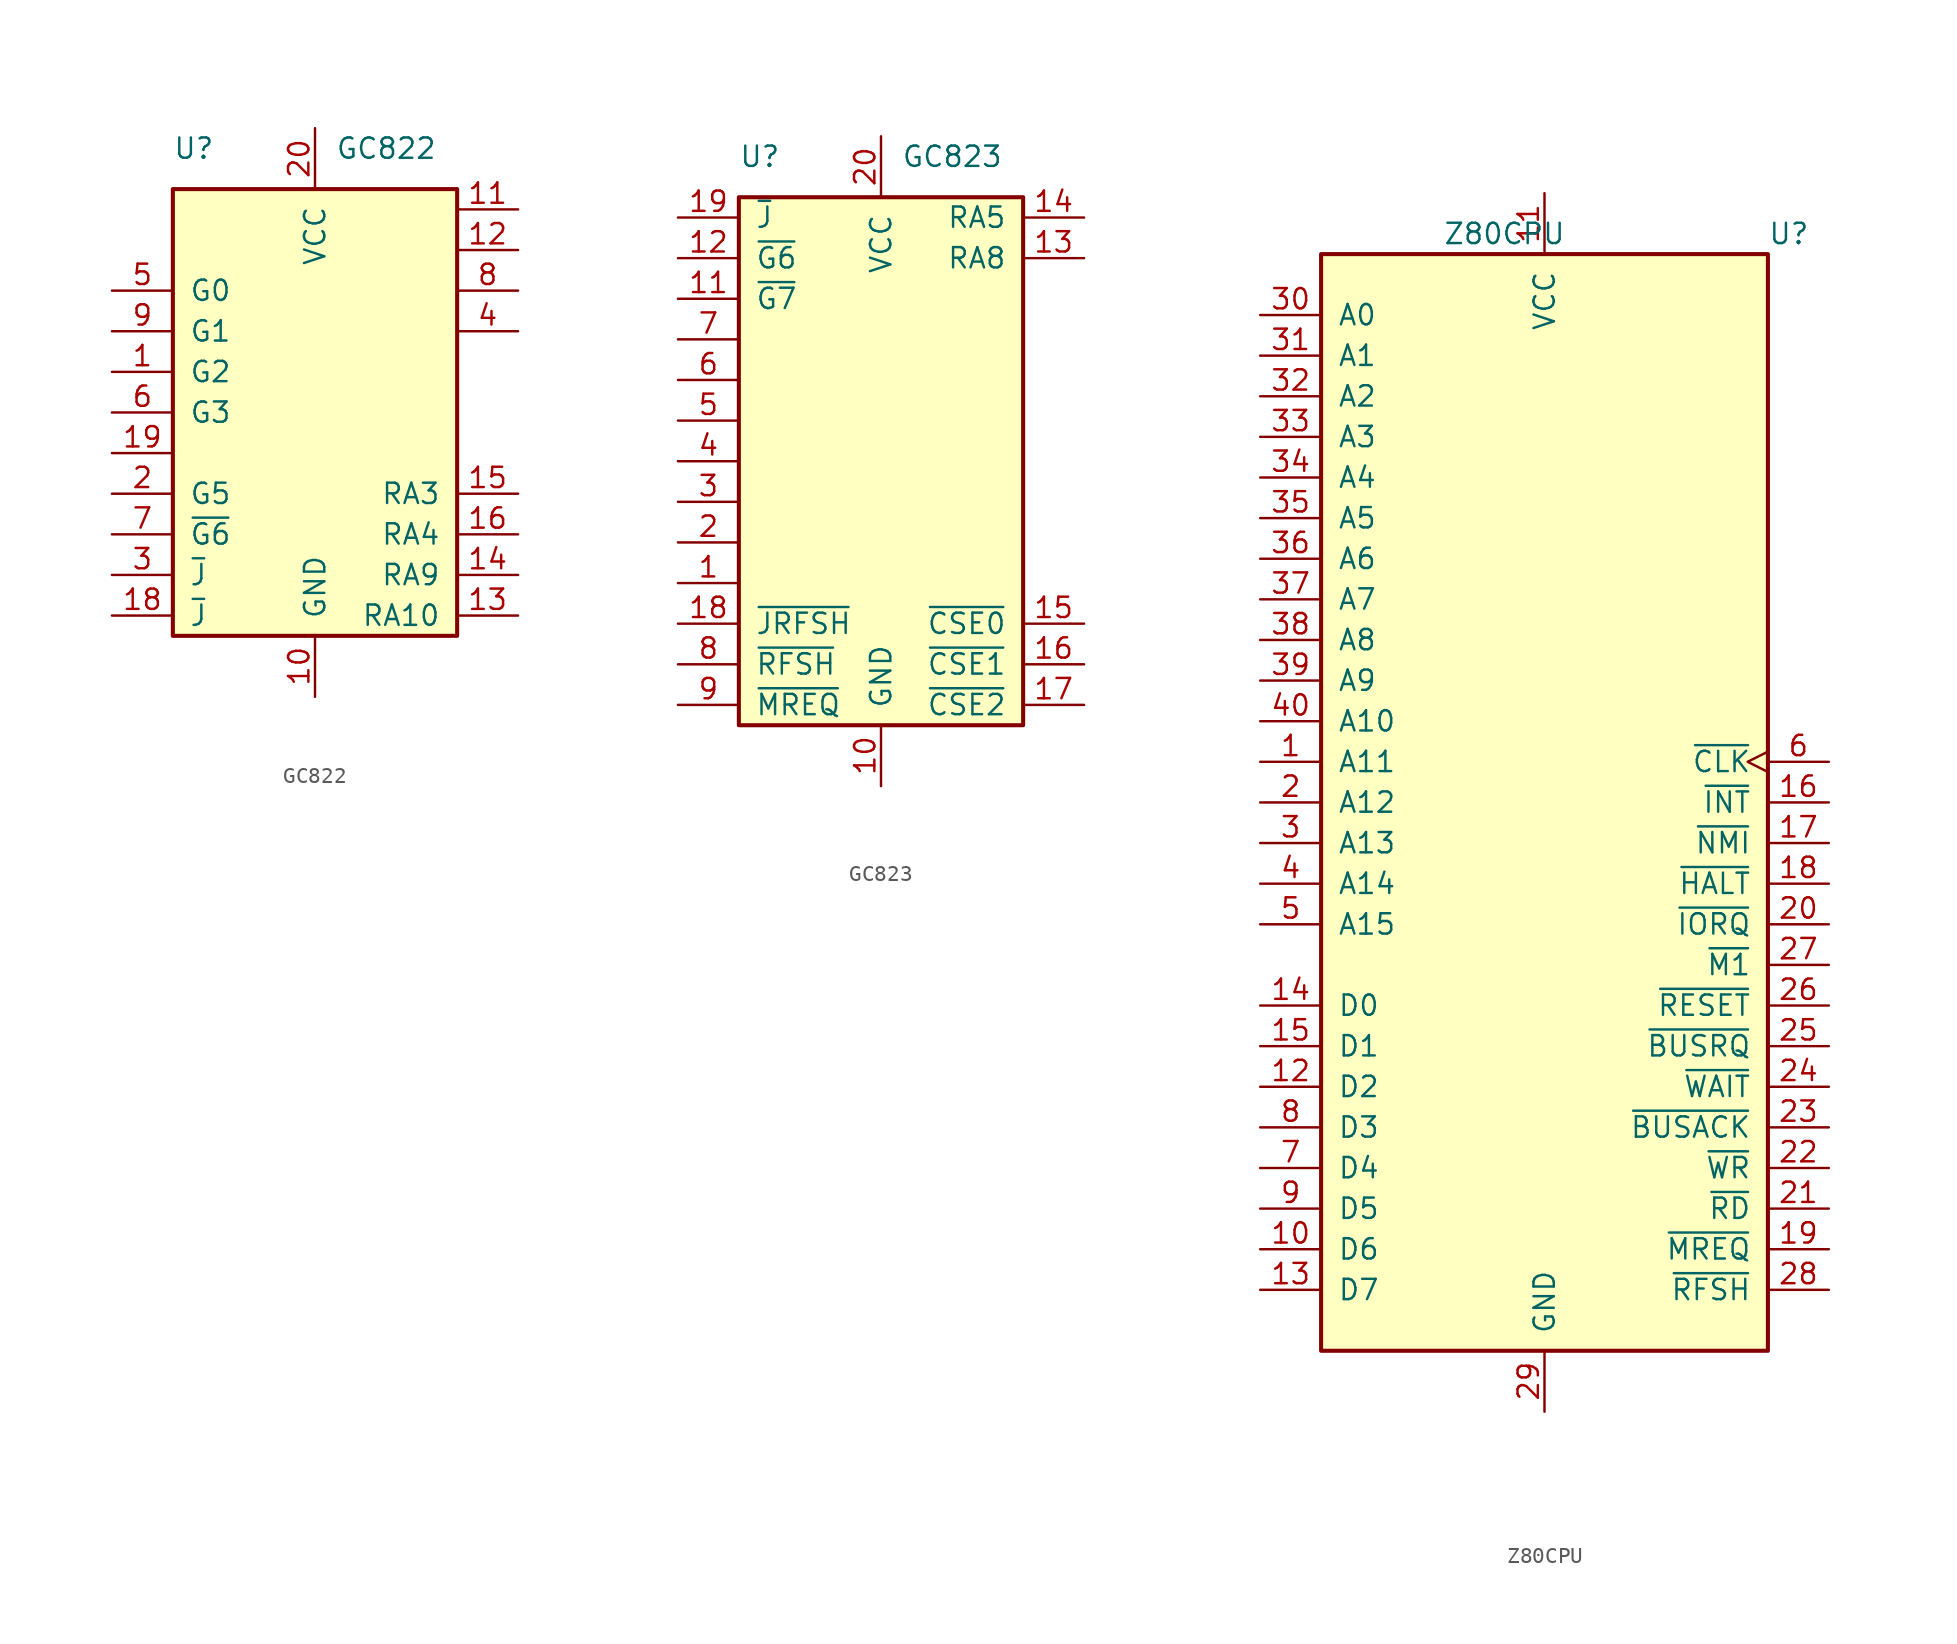
<source format=kicad_sym>
(kicad_symbol_lib
  (version 20231120)
  (generator "kicad_symbol_editor")
  (generator_version "8.0")
  (symbol "GC822"
    (pin_names
      (offset 1.016))
    (property "Reference" "U"
      (at -8.89 16.51 0)
      (effects (font (size 1.27 1.27)) (justify left)))
    (property "Value" "GC822"
      (at 1.27 16.51 0)
      (effects (font (size 1.27 1.27)) (justify left)))
    (symbol "GC822_0_0"
      (pin power_in line (at 0 -17.78 90) (length 3.81) (name "GND" (effects (font (size 1.27 1.27)))) (number "10" (effects (font (size 1.27 1.27)))))
      (pin power_in line (at 0 17.78 270) (length 3.81) (name "VCC" (effects (font (size 1.27 1.27)))) (number "20" (effects (font (size 1.27 1.27))))))
    (symbol "GC822_0_1"
      (rectangle (start -8.89 13.97) (end 8.89 -13.97) (stroke (width 0.254) (type default)) (fill (type background))))
    (symbol "GC822_1_1"
      (pin input line (at -12.7 2.54 0) (length 3.81) (name "G2" (effects (font (size 1.27 1.27)))) (number "1" (effects (font (size 1.27 1.27)))))
      (pin input line (at 12.7 12.7 180) (length 3.81) (name "" (effects (font (size 1.27 1.27)))) (number "11" (effects (font (size 1.27 1.27)))))
      (pin tri_state line (at 12.7 10.16 180) (length 3.81) (name "" (effects (font (size 1.27 1.27)))) (number "12" (effects (font (size 1.27 1.27)))))
      (pin tri_state line (at 12.7 -12.7 180) (length 3.81) (name "RA10" (effects (font (size 1.27 1.27)))) (number "13" (effects (font (size 1.27 1.27)))))
      (pin tri_state line (at 12.7 -10.16 180) (length 3.81) (name "RA9" (effects (font (size 1.27 1.27)))) (number "14" (effects (font (size 1.27 1.27)))))
      (pin tri_state line (at 12.7 -5.08 180) (length 3.81) (name "RA3" (effects (font (size 1.27 1.27)))) (number "15" (effects (font (size 1.27 1.27)))))
      (pin tri_state line (at 12.7 -7.62 180) (length 3.81) (name "RA4" (effects (font (size 1.27 1.27)))) (number "16" (effects (font (size 1.27 1.27)))))
      (pin tri_state line (at -12.7 -12.7 0) (length 3.81) (name "~{J}" (effects (font (size 1.27 1.27)))) (number "18" (effects (font (size 1.27 1.27)))))
      (pin tri_state line (at -12.7 -2.54 0) (length 3.81) (name "" (effects (font (size 1.27 1.27)))) (number "19" (effects (font (size 1.27 1.27)))))
      (pin input line (at -12.7 -5.08 0) (length 3.81) (name "G5" (effects (font (size 1.27 1.27)))) (number "2" (effects (font (size 1.27 1.27)))))
      (pin input line (at -12.7 -10.16 0) (length 3.81) (name "~{J}" (effects (font (size 1.27 1.27)))) (number "3" (effects (font (size 1.27 1.27)))))
      (pin input line (at 12.7 5.08 180) (length 3.81) (name "" (effects (font (size 1.27 1.27)))) (number "4" (effects (font (size 1.27 1.27)))))
      (pin input line (at -12.7 7.62 0) (length 3.81) (name "G0" (effects (font (size 1.27 1.27)))) (number "5" (effects (font (size 1.27 1.27)))))
      (pin input line (at -12.7 0 0) (length 3.81) (name "G3" (effects (font (size 1.27 1.27)))) (number "6" (effects (font (size 1.27 1.27)))))
      (pin input line (at -12.7 -7.62 0) (length 3.81) (name "~{G6}" (effects (font (size 1.27 1.27)))) (number "7" (effects (font (size 1.27 1.27)))))
      (pin input line (at 12.7 7.62 180) (length 3.81) (name "" (effects (font (size 1.27 1.27)))) (number "8" (effects (font (size 1.27 1.27)))))
      (pin input line (at -12.7 5.08 0) (length 3.81) (name "G1" (effects (font (size 1.27 1.27)))) (number "9" (effects (font (size 1.27 1.27)))))))
  (symbol "GC823"
    (pin_names
      (offset 1.016))
    (property "Reference" "U"
      (at -8.89 19.05 0)
      (effects (font (size 1.27 1.27)) (justify left)))
    (property "Value" "GC823"
      (at 1.27 19.05 0)
      (effects (font (size 1.27 1.27)) (justify left)))
    (symbol "GC823_0_0"
      (pin power_in line (at 0 -20.32 90) (length 3.81) (name "GND" (effects (font (size 1.27 1.27)))) (number "10" (effects (font (size 1.27 1.27)))))
      (pin power_in line (at 0 20.32 270) (length 3.81) (name "VCC" (effects (font (size 1.27 1.27)))) (number "20" (effects (font (size 1.27 1.27))))))
    (symbol "GC823_0_1"
      (rectangle (start -8.89 16.51) (end 8.89 -16.51) (stroke (width 0.254) (type default)) (fill (type background))))
    (symbol "GC823_1_1"
      (pin input line (at -12.7 -7.62 0) (length 3.81) (name "" (effects (font (size 1.27 1.27)))) (number "1" (effects (font (size 1.27 1.27)))))
      (pin input line (at -12.7 10.16 0) (length 3.81) (name "~{G7}" (effects (font (size 1.27 1.27)))) (number "11" (effects (font (size 1.27 1.27)))))
      (pin tri_state line (at -12.7 12.7 0) (length 3.81) (name "~{G6}" (effects (font (size 1.27 1.27)))) (number "12" (effects (font (size 1.27 1.27)))))
      (pin tri_state line (at 12.7 12.7 180) (length 3.81) (name "RA8" (effects (font (size 1.27 1.27)))) (number "13" (effects (font (size 1.27 1.27)))))
      (pin tri_state line (at 12.7 15.24 180) (length 3.81) (name "RA5" (effects (font (size 1.27 1.27)))) (number "14" (effects (font (size 1.27 1.27)))))
      (pin tri_state line (at 12.7 -10.16 180) (length 3.81) (name "~{CSE0}" (effects (font (size 1.27 1.27)))) (number "15" (effects (font (size 1.27 1.27)))))
      (pin tri_state line (at 12.7 -12.7 180) (length 3.81) (name "~{CSE1}" (effects (font (size 1.27 1.27)))) (number "16" (effects (font (size 1.27 1.27)))))
      (pin tri_state line (at 12.7 -15.24 180) (length 3.81) (name "~{CSE2}" (effects (font (size 1.27 1.27)))) (number "17" (effects (font (size 1.27 1.27)))))
      (pin tri_state line (at -12.7 -10.16 0) (length 3.81) (name "~{JRFSH}" (effects (font (size 1.27 1.27)))) (number "18" (effects (font (size 1.27 1.27)))))
      (pin tri_state line (at -12.7 15.24 0) (length 3.81) (name "~{J}" (effects (font (size 1.27 1.27)))) (number "19" (effects (font (size 1.27 1.27)))))
      (pin input line (at -12.7 -5.08 0) (length 3.81) (name "" (effects (font (size 1.27 1.27)))) (number "2" (effects (font (size 1.27 1.27)))))
      (pin input line (at -12.7 -2.54 0) (length 3.81) (name "" (effects (font (size 1.27 1.27)))) (number "3" (effects (font (size 1.27 1.27)))))
      (pin input line (at -12.7 0 0) (length 3.81) (name "" (effects (font (size 1.27 1.27)))) (number "4" (effects (font (size 1.27 1.27)))))
      (pin input line (at -12.7 2.54 0) (length 3.81) (name "" (effects (font (size 1.27 1.27)))) (number "5" (effects (font (size 1.27 1.27)))))
      (pin input line (at -12.7 5.08 0) (length 3.81) (name "" (effects (font (size 1.27 1.27)))) (number "6" (effects (font (size 1.27 1.27)))))
      (pin input line (at -12.7 7.62 0) (length 3.81) (name "" (effects (font (size 1.27 1.27)))) (number "7" (effects (font (size 1.27 1.27)))))
      (pin input line (at -12.7 -12.7 0) (length 3.81) (name "~{RFSH}" (effects (font (size 1.27 1.27)))) (number "8" (effects (font (size 1.27 1.27)))))
      (pin input line (at -12.7 -15.24 0) (length 3.81) (name "~{MREQ}" (effects (font (size 1.27 1.27)))) (number "9" (effects (font (size 1.27 1.27)))))))
  (symbol "Z80CPU"
    (pin_names
      (offset 1.016))
    (property "Reference" "U"
      (at 13.97 35.56 0)
      (effects (font (size 1.27 1.27)) (justify left)))
    (property "Value" "Z80CPU"
      (at -6.35 35.56 0)
      (effects (font (size 1.27 1.27)) (justify left)))
    (symbol "Z80CPU_0_1"
      (rectangle (start 13.97 34.29) (end -13.97 -34.29) (stroke (width 0.254) (type default)) (fill (type background))))
    (symbol "Z80CPU_1_1"
      (pin output line (at -17.78 2.54 0) (length 3.81) (name "A11" (effects (font (size 1.27 1.27)))) (number "1" (effects (font (size 1.27 1.27)))))
      (pin bidirectional line (at -17.78 -27.94 0) (length 3.81) (name "D6" (effects (font (size 1.27 1.27)))) (number "10" (effects (font (size 1.27 1.27)))))
      (pin power_in line (at 0 38.1 270) (length 3.81) (name "VCC" (effects (font (size 1.27 1.27)))) (number "11" (effects (font (size 1.27 1.27)))))
      (pin bidirectional line (at -17.78 -17.78 0) (length 3.81) (name "D2" (effects (font (size 1.27 1.27)))) (number "12" (effects (font (size 1.27 1.27)))))
      (pin bidirectional line (at -17.78 -30.48 0) (length 3.81) (name "D7" (effects (font (size 1.27 1.27)))) (number "13" (effects (font (size 1.27 1.27)))))
      (pin bidirectional line (at -17.78 -12.7 0) (length 3.81) (name "D0" (effects (font (size 1.27 1.27)))) (number "14" (effects (font (size 1.27 1.27)))))
      (pin bidirectional line (at -17.78 -15.24 0) (length 3.81) (name "D1" (effects (font (size 1.27 1.27)))) (number "15" (effects (font (size 1.27 1.27)))))
      (pin input line (at 17.78 0 180) (length 3.81) (name "~{INT}" (effects (font (size 1.27 1.27)))) (number "16" (effects (font (size 1.27 1.27)))))
      (pin input line (at 17.78 -2.54 180) (length 3.81) (name "~{NMI}" (effects (font (size 1.27 1.27)))) (number "17" (effects (font (size 1.27 1.27)))))
      (pin output line (at 17.78 -5.08 180) (length 3.81) (name "~{HALT}" (effects (font (size 1.27 1.27)))) (number "18" (effects (font (size 1.27 1.27)))))
      (pin output line (at 17.78 -27.94 180) (length 3.81) (name "~{MREQ}" (effects (font (size 1.27 1.27)))) (number "19" (effects (font (size 1.27 1.27)))))
      (pin output line (at -17.78 0 0) (length 3.81) (name "A12" (effects (font (size 1.27 1.27)))) (number "2" (effects (font (size 1.27 1.27)))))
      (pin output line (at 17.78 -7.62 180) (length 3.81) (name "~{IORQ}" (effects (font (size 1.27 1.27)))) (number "20" (effects (font (size 1.27 1.27)))))
      (pin output line (at 17.78 -25.4 180) (length 3.81) (name "~{RD}" (effects (font (size 1.27 1.27)))) (number "21" (effects (font (size 1.27 1.27)))))
      (pin output line (at 17.78 -22.86 180) (length 3.81) (name "~{WR}" (effects (font (size 1.27 1.27)))) (number "22" (effects (font (size 1.27 1.27)))))
      (pin output line (at 17.78 -20.32 180) (length 3.81) (name "~{BUSACK}" (effects (font (size 1.27 1.27)))) (number "23" (effects (font (size 1.27 1.27)))))
      (pin input line (at 17.78 -17.78 180) (length 3.81) (name "~{WAIT}" (effects (font (size 1.27 1.27)))) (number "24" (effects (font (size 1.27 1.27)))))
      (pin input line (at 17.78 -15.24 180) (length 3.81) (name "~{BUSRQ}" (effects (font (size 1.27 1.27)))) (number "25" (effects (font (size 1.27 1.27)))))
      (pin input line (at 17.78 -12.7 180) (length 3.81) (name "~{RESET}" (effects (font (size 1.27 1.27)))) (number "26" (effects (font (size 1.27 1.27)))))
      (pin output line (at 17.78 -10.16 180) (length 3.81) (name "~{M1}" (effects (font (size 1.27 1.27)))) (number "27" (effects (font (size 1.27 1.27)))))
      (pin output line (at 17.78 -30.48 180) (length 3.81) (name "~{RFSH}" (effects (font (size 1.27 1.27)))) (number "28" (effects (font (size 1.27 1.27)))))
      (pin power_in line (at 0 -38.1 90) (length 3.81) (name "GND" (effects (font (size 1.27 1.27)))) (number "29" (effects (font (size 1.27 1.27)))))
      (pin output line (at -17.78 -2.54 0) (length 3.81) (name "A13" (effects (font (size 1.27 1.27)))) (number "3" (effects (font (size 1.27 1.27)))))
      (pin output line (at -17.78 30.48 0) (length 3.81) (name "A0" (effects (font (size 1.27 1.27)))) (number "30" (effects (font (size 1.27 1.27)))))
      (pin output line (at -17.78 27.94 0) (length 3.81) (name "A1" (effects (font (size 1.27 1.27)))) (number "31" (effects (font (size 1.27 1.27)))))
      (pin output line (at -17.78 25.4 0) (length 3.81) (name "A2" (effects (font (size 1.27 1.27)))) (number "32" (effects (font (size 1.27 1.27)))))
      (pin output line (at -17.78 22.86 0) (length 3.81) (name "A3" (effects (font (size 1.27 1.27)))) (number "33" (effects (font (size 1.27 1.27)))))
      (pin output line (at -17.78 20.32 0) (length 3.81) (name "A4" (effects (font (size 1.27 1.27)))) (number "34" (effects (font (size 1.27 1.27)))))
      (pin output line (at -17.78 17.78 0) (length 3.81) (name "A5" (effects (font (size 1.27 1.27)))) (number "35" (effects (font (size 1.27 1.27)))))
      (pin output line (at -17.78 15.24 0) (length 3.81) (name "A6" (effects (font (size 1.27 1.27)))) (number "36" (effects (font (size 1.27 1.27)))))
      (pin output line (at -17.78 12.7 0) (length 3.81) (name "A7" (effects (font (size 1.27 1.27)))) (number "37" (effects (font (size 1.27 1.27)))))
      (pin output line (at -17.78 10.16 0) (length 3.81) (name "A8" (effects (font (size 1.27 1.27)))) (number "38" (effects (font (size 1.27 1.27)))))
      (pin output line (at -17.78 7.62 0) (length 3.81) (name "A9" (effects (font (size 1.27 1.27)))) (number "39" (effects (font (size 1.27 1.27)))))
      (pin output line (at -17.78 -5.08 0) (length 3.81) (name "A14" (effects (font (size 1.27 1.27)))) (number "4" (effects (font (size 1.27 1.27)))))
      (pin output line (at -17.78 5.08 0) (length 3.81) (name "A10" (effects (font (size 1.27 1.27)))) (number "40" (effects (font (size 1.27 1.27)))))
      (pin output line (at -17.78 -7.62 0) (length 3.81) (name "A15" (effects (font (size 1.27 1.27)))) (number "5" (effects (font (size 1.27 1.27)))))
      (pin input clock (at 17.78 2.54 180) (length 3.81) (name "~{CLK}" (effects (font (size 1.27 1.27)))) (number "6" (effects (font (size 1.27 1.27)))))
      (pin bidirectional line (at -17.78 -22.86 0) (length 3.81) (name "D4" (effects (font (size 1.27 1.27)))) (number "7" (effects (font (size 1.27 1.27)))))
      (pin bidirectional line (at -17.78 -20.32 0) (length 3.81) (name "D3" (effects (font (size 1.27 1.27)))) (number "8" (effects (font (size 1.27 1.27)))))
      (pin bidirectional line (at -17.78 -25.4 0) (length 3.81) (name "D5" (effects (font (size 1.27 1.27)))) (number "9" (effects (font (size 1.27 1.27))))))))
</source>
